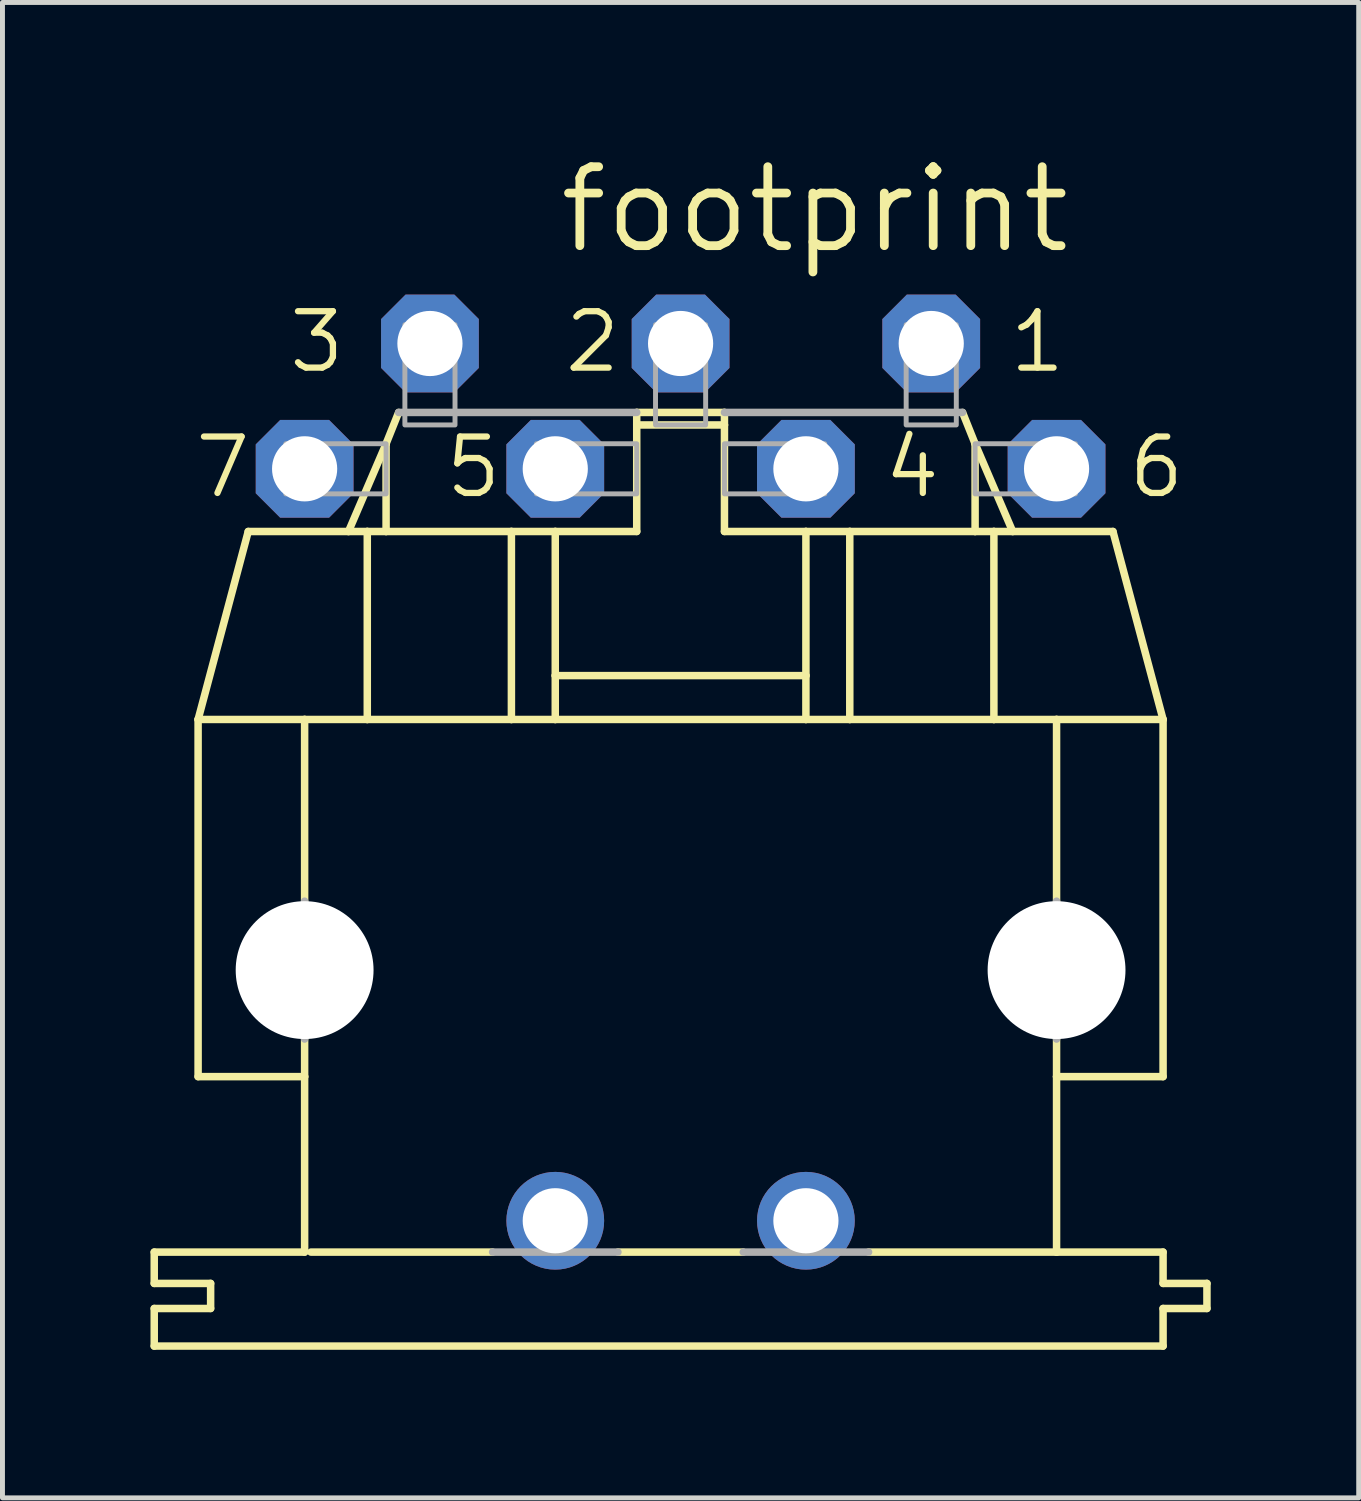
<source format=kicad_pcb>
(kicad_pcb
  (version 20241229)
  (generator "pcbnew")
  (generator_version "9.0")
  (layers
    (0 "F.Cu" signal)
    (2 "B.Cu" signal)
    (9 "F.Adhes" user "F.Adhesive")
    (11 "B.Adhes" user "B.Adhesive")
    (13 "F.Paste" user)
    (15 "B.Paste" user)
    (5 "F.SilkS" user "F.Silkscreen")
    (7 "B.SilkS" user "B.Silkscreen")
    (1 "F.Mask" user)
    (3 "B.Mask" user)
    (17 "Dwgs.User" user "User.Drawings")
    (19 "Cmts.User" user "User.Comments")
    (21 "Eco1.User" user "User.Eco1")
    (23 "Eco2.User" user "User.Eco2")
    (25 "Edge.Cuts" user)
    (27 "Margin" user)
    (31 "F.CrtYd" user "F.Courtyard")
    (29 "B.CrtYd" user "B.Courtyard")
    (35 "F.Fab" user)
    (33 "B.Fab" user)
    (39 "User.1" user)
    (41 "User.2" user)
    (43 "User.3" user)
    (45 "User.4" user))
  (footprint "footprint"
    (layer "F.Cu")
    (at 10.744 16.612)
    (property "Reference" "footprint" (at -2.54 -14.478 0) (layer "F.SilkS") (effects (font (size 1.6 1.6) (thickness 0.178)) (justify left bottom)))
    (fp_line (start -10.668 6.35) (end -10.668 5.715) (stroke (width 0.152) (type solid)) (layer "F.SilkS"))
    (fp_line (start -10.668 6.35) (end -9.525 6.35) (stroke (width 0.152) (type solid)) (layer "F.SilkS"))
    (fp_line (start -10.668 7.62) (end -10.668 6.858) (stroke (width 0.152) (type solid)) (layer "F.SilkS"))
    (fp_line (start -10.668 7.62) (end 9.779 7.62) (stroke (width 0.152) (type solid)) (layer "F.SilkS"))
    (fp_line (start -9.779 2.159) (end -9.779 -5.08) (stroke (width 0.152) (type solid)) (layer "F.SilkS"))
    (fp_line (start -9.779 2.159) (end -7.62 2.159) (stroke (width 0.152) (type solid)) (layer "F.SilkS"))
    (fp_line (start -9.525 6.858) (end -10.668 6.858) (stroke (width 0.152) (type solid)) (layer "F.SilkS"))
    (fp_line (start -9.525 6.858) (end -9.525 6.35) (stroke (width 0.152) (type solid)) (layer "F.SilkS"))
    (fp_line (start -8.763 -8.89) (end -9.779 -5.08) (stroke (width 0.152) (type solid)) (layer "F.SilkS"))
    (fp_line (start -8.763 -8.89) (end -6.731 -8.89) (stroke (width 0.152) (type solid)) (layer "F.SilkS"))
    (fp_line (start -7.62 -5.08) (end -9.779 -5.08) (stroke (width 0.152) (type solid)) (layer "F.SilkS"))
    (fp_line (start -7.62 -5.08) (end -7.62 -1.397) (stroke (width 0.152) (type solid)) (layer "F.SilkS"))
    (fp_line (start -7.62 2.159) (end -7.62 1.397) (stroke (width 0.152) (type solid)) (layer "F.SilkS"))
    (fp_line (start -7.62 5.715) (end -10.668 5.715) (stroke (width 0.152) (type solid)) (layer "F.SilkS"))
    (fp_line (start -7.62 5.715) (end -7.62 2.159) (stroke (width 0.152) (type solid)) (layer "F.SilkS"))
    (fp_line (start -7.493 5.715) (end -3.81 5.715) (stroke (width 0.152) (type solid)) (layer "F.SilkS"))
    (fp_line (start -6.731 -8.89) (end -5.969 -10.668) (stroke (width 0.152) (type solid)) (layer "F.SilkS"))
    (fp_line (start -6.35 -8.89) (end -6.731 -8.89) (stroke (width 0.152) (type solid)) (layer "F.SilkS"))
    (fp_line (start -6.35 -8.89) (end -6.35 -5.08) (stroke (width 0.152) (type solid)) (layer "F.SilkS"))
    (fp_line (start -6.35 -5.08) (end -7.62 -5.08) (stroke (width 0.152) (type solid)) (layer "F.SilkS"))
    (fp_line (start -5.969 -10.668) (end -5.969 -8.89) (stroke (width 0.152) (type solid)) (layer "F.SilkS"))
    (fp_line (start -5.969 -10.668) (end -5.715 -11.303) (stroke (width 0.152) (type solid)) (layer "F.SilkS"))
    (fp_line (start -5.969 -8.89) (end -6.35 -8.89) (stroke (width 0.152) (type solid)) (layer "F.SilkS"))
    (fp_line (start -3.429 -8.89) (end -5.969 -8.89) (stroke (width 0.152) (type solid)) (layer "F.SilkS"))
    (fp_line (start -3.429 -8.89) (end -3.429 -5.08) (stroke (width 0.152) (type solid)) (layer "F.SilkS"))
    (fp_line (start -3.429 -5.08) (end -6.35 -5.08) (stroke (width 0.152) (type solid)) (layer "F.SilkS"))
    (fp_line (start -2.54 -8.89) (end -3.429 -8.89) (stroke (width 0.152) (type solid)) (layer "F.SilkS"))
    (fp_line (start -2.54 -8.89) (end -2.54 -5.969) (stroke (width 0.152) (type solid)) (layer "F.SilkS"))
    (fp_line (start -2.54 -8.89) (end -0.889 -8.89) (stroke (width 0.152) (type solid)) (layer "F.SilkS"))
    (fp_line (start -2.54 -5.969) (end -2.54 -5.08) (stroke (width 0.152) (type solid)) (layer "F.SilkS"))
    (fp_line (start -2.54 -5.969) (end 2.54 -5.969) (stroke (width 0.152) (type solid)) (layer "F.SilkS"))
    (fp_line (start -2.54 -5.08) (end -3.429 -5.08) (stroke (width 0.152) (type solid)) (layer "F.SilkS"))
    (fp_line (start -1.27 5.715) (end 1.27 5.715) (stroke (width 0.152) (type solid)) (layer "F.SilkS"))
    (fp_line (start -0.889 -11.049) (end -0.889 -11.303) (stroke (width 0.152) (type solid)) (layer "F.SilkS"))
    (fp_line (start -0.889 -11.049) (end 0.889 -11.049) (stroke (width 0.152) (type solid)) (layer "F.SilkS"))
    (fp_line (start -0.889 -8.89) (end -0.889 -11.049) (stroke (width 0.152) (type solid)) (layer "F.SilkS"))
    (fp_line (start 0.889 -11.303) (end -0.889 -11.303) (stroke (width 0.152) (type solid)) (layer "F.SilkS"))
    (fp_line (start 0.889 -11.303) (end 0.889 -11.049) (stroke (width 0.152) (type solid)) (layer "F.SilkS"))
    (fp_line (start 0.889 -11.049) (end 0.889 -8.89) (stroke (width 0.152) (type solid)) (layer "F.SilkS"))
    (fp_line (start 2.54 -8.89) (end 0.889 -8.89) (stroke (width 0.152) (type solid)) (layer "F.SilkS"))
    (fp_line (start 2.54 -8.89) (end 2.54 -5.969) (stroke (width 0.152) (type solid)) (layer "F.SilkS"))
    (fp_line (start 2.54 -5.969) (end 2.54 -5.08) (stroke (width 0.152) (type solid)) (layer "F.SilkS"))
    (fp_line (start 2.54 -5.08) (end -2.54 -5.08) (stroke (width 0.152) (type solid)) (layer "F.SilkS"))
    (fp_line (start 3.429 -8.89) (end 2.54 -8.89) (stroke (width 0.152) (type solid)) (layer "F.SilkS"))
    (fp_line (start 3.429 -8.89) (end 3.429 -5.08) (stroke (width 0.152) (type solid)) (layer "F.SilkS"))
    (fp_line (start 3.429 -5.08) (end 2.54 -5.08) (stroke (width 0.152) (type solid)) (layer "F.SilkS"))
    (fp_line (start 3.81 5.715) (end 7.62 5.715) (stroke (width 0.152) (type solid)) (layer "F.SilkS"))
    (fp_line (start 5.715 -11.303) (end 5.969 -10.668) (stroke (width 0.152) (type solid)) (layer "F.SilkS"))
    (fp_line (start 5.969 -10.668) (end 5.969 -8.89) (stroke (width 0.152) (type solid)) (layer "F.SilkS"))
    (fp_line (start 5.969 -10.668) (end 6.731 -8.89) (stroke (width 0.152) (type solid)) (layer "F.SilkS"))
    (fp_line (start 5.969 -8.89) (end 3.429 -8.89) (stroke (width 0.152) (type solid)) (layer "F.SilkS"))
    (fp_line (start 6.35 -8.89) (end 5.969 -8.89) (stroke (width 0.152) (type solid)) (layer "F.SilkS"))
    (fp_line (start 6.35 -8.89) (end 6.35 -5.08) (stroke (width 0.152) (type solid)) (layer "F.SilkS"))
    (fp_line (start 6.35 -5.08) (end 3.429 -5.08) (stroke (width 0.152) (type solid)) (layer "F.SilkS"))
    (fp_line (start 6.731 -8.89) (end 6.35 -8.89) (stroke (width 0.152) (type solid)) (layer "F.SilkS"))
    (fp_line (start 7.62 -5.08) (end 6.35 -5.08) (stroke (width 0.152) (type solid)) (layer "F.SilkS"))
    (fp_line (start 7.62 -5.08) (end 7.62 -1.397) (stroke (width 0.152) (type solid)) (layer "F.SilkS"))
    (fp_line (start 7.62 2.159) (end 7.62 1.397) (stroke (width 0.152) (type solid)) (layer "F.SilkS"))
    (fp_line (start 7.62 5.715) (end 7.62 2.159) (stroke (width 0.152) (type solid)) (layer "F.SilkS"))
    (fp_line (start 8.763 -8.89) (end 6.731 -8.89) (stroke (width 0.152) (type solid)) (layer "F.SilkS"))
    (fp_line (start 8.763 -8.89) (end 9.779 -5.08) (stroke (width 0.152) (type solid)) (layer "F.SilkS"))
    (fp_line (start 9.779 -5.08) (end 7.62 -5.08) (stroke (width 0.152) (type solid)) (layer "F.SilkS"))
    (fp_line (start 9.779 2.159) (end 7.62 2.159) (stroke (width 0.152) (type solid)) (layer "F.SilkS"))
    (fp_line (start 9.779 2.159) (end 9.779 -5.08) (stroke (width 0.152) (type solid)) (layer "F.SilkS"))
    (fp_line (start 9.779 5.715) (end 7.62 5.715) (stroke (width 0.152) (type solid)) (layer "F.SilkS"))
    (fp_line (start 9.779 5.715) (end 9.779 6.35) (stroke (width 0.152) (type solid)) (layer "F.SilkS"))
    (fp_line (start 9.779 7.62) (end 9.779 6.858) (stroke (width 0.152) (type solid)) (layer "F.SilkS"))
    (fp_line (start 10.668 6.35) (end 9.779 6.35) (stroke (width 0.152) (type solid)) (layer "F.SilkS"))
    (fp_line (start 10.668 6.858) (end 9.779 6.858) (stroke (width 0.152) (type solid)) (layer "F.SilkS"))
    (fp_line (start 10.668 6.858) (end 10.668 6.35) (stroke (width 0.152) (type solid)) (layer "F.SilkS"))
    (fp_line (start -7.62 -1.397) (end -7.62 1.397) (stroke (width 0.152) (type solid)) (layer "F.Fab"))
    (fp_line (start -1.27 5.715) (end -3.81 5.715) (stroke (width 0.152) (type solid)) (layer "F.Fab"))
    (fp_line (start -0.889 -11.303) (end -5.715 -11.303) (stroke (width 0.152) (type solid)) (layer "F.Fab"))
    (fp_line (start 3.81 5.715) (end 1.27 5.715) (stroke (width 0.152) (type solid)) (layer "F.Fab"))
    (fp_line (start 5.715 -11.303) (end 0.889 -11.303) (stroke (width 0.152) (type solid)) (layer "F.Fab"))
    (fp_line (start 7.62 -1.397) (end 7.62 1.397) (stroke (width 0.152) (type solid)) (layer "F.Fab"))
    (fp_poly (pts (xy -8.001 -9.652) (xy -5.969 -9.652) (xy -5.969 -10.668) (xy -8.001 -10.668)) (stroke (width 0.1) (type solid)) (fill no) (layer "F.Fab"))
    (fp_poly (pts (xy -5.588 -11.049) (xy -4.572 -11.049) (xy -4.572 -13.081) (xy -5.588 -13.081)) (stroke (width 0.1) (type solid)) (fill no) (layer "F.Fab"))
    (fp_poly (pts (xy -2.921 -9.652) (xy -0.889 -9.652) (xy -0.889 -10.668) (xy -2.921 -10.668)) (stroke (width 0.1) (type solid)) (fill no) (layer "F.Fab"))
    (fp_poly (pts (xy -0.508 -11.049) (xy 0.508 -11.049) (xy 0.508 -13.081) (xy -0.508 -13.081)) (stroke (width 0.1) (type solid)) (fill no) (layer "F.Fab"))
    (fp_poly (pts (xy 0.889 -9.652) (xy 2.921 -9.652) (xy 2.921 -10.668) (xy 0.889 -10.668)) (stroke (width 0.1) (type solid)) (fill no) (layer "F.Fab"))
    (fp_poly (pts (xy 4.572 -11.049) (xy 5.588 -11.049) (xy 5.588 -13.081) (xy 4.572 -13.081)) (stroke (width 0.1) (type solid)) (fill no) (layer "F.Fab"))
    (fp_poly (pts (xy 5.969 -9.652) (xy 8.001 -9.652) (xy 8.001 -10.668) (xy 5.969 -10.668)) (stroke (width 0.1) (type solid)) (fill no) (layer "F.Fab"))
    (fp_text user "6" (at 9.017 -9.525 0) (layer "F.SilkS") (effects (font (size 1.143 1.143) (thickness 0.127)) (justify left bottom)))
    (fp_text user "5" (at -4.826 -9.525 0) (layer "F.SilkS") (effects (font (size 1.143 1.143) (thickness 0.127)) (justify left bottom)))
    (fp_text user "3" (at -8.001 -12.065 0) (layer "F.SilkS") (effects (font (size 1.143 1.143) (thickness 0.127)) (justify left bottom)))
    (fp_text user "7" (at -9.906 -9.525 0) (layer "F.SilkS") (effects (font (size 1.143 1.143) (thickness 0.127)) (justify left bottom)))
    (fp_text user "4" (at 4.064 -9.525 0) (layer "F.SilkS") (effects (font (size 1.143 1.143) (thickness 0.127)) (justify left bottom)))
    (fp_text user "2" (at -2.413 -12.065 0) (layer "F.SilkS") (effects (font (size 1.143 1.143) (thickness 0.127)) (justify left bottom)))
    (fp_text user "1" (at 6.604 -12.065 0) (layer "F.SilkS") (effects (font (size 1.143 1.143) (thickness 0.127)) (justify left bottom)))
    (pad "" np_thru_hole circle (at -7.62 0) (size 2.794 2.794) (drill 2.794) (layers "*.Cu" "*.Mask"))
    (pad "" np_thru_hole circle (at 7.62 0) (size 2.794 2.794) (drill 2.794) (layers "*.Cu" "*.Mask"))
    (pad "1" thru_hole roundrect (at 5.08 -12.7) (size 1.981 1.981) (drill 1.321) (layers "*.Cu" "*.Mask") (roundrect_rratio 0.25) (chamfer_ratio 0.25) (chamfer top_left top_right bottom_left bottom_right))
    (pad "2" thru_hole roundrect (at 0 -12.7) (size 1.981 1.981) (drill 1.321) (layers "*.Cu" "*.Mask") (roundrect_rratio 0.25) (chamfer_ratio 0.25) (chamfer top_left top_right bottom_left bottom_right))
    (pad "3" thru_hole roundrect (at -5.08 -12.7) (size 1.981 1.981) (drill 1.321) (layers "*.Cu" "*.Mask") (roundrect_rratio 0.25) (chamfer_ratio 0.25) (chamfer top_left top_right bottom_left bottom_right))
    (pad "4" thru_hole roundrect (at 2.54 -10.16) (size 1.981 1.981) (drill 1.321) (layers "*.Cu" "*.Mask") (roundrect_rratio 0.25) (chamfer_ratio 0.25) (chamfer top_left top_right bottom_left bottom_right))
    (pad "5" thru_hole roundrect (at -2.54 -10.16) (size 1.981 1.981) (drill 1.321) (layers "*.Cu" "*.Mask") (roundrect_rratio 0.25) (chamfer_ratio 0.25) (chamfer top_left top_right bottom_left bottom_right))
    (pad "6" thru_hole roundrect (at 7.62 -10.16) (size 1.981 1.981) (drill 1.321) (layers "*.Cu" "*.Mask") (roundrect_rratio 0.25) (chamfer_ratio 0.25) (chamfer top_left top_right bottom_left bottom_right))
    (pad "7" thru_hole roundrect (at -7.62 -10.16) (size 1.981 1.981) (drill 1.321) (layers "*.Cu" "*.Mask") (roundrect_rratio 0.25) (chamfer_ratio 0.25) (chamfer top_left top_right bottom_left bottom_right))
    (pad "PE" thru_hole circle (at -2.54 5.08) (size 1.981 1.981) (drill 1.321) (layers "*.Cu" "*.Mask"))
    (pad "PE@" thru_hole circle (at 2.54 5.08) (size 1.981 1.981) (drill 1.321) (layers "*.Cu" "*.Mask")))
  (gr_rect
    (start -3 -3)
    (end 24.488 27.308)
    (stroke (width 0.1) (type default))
    (fill no)
    (layer "Edge.Cuts")))
</source>
